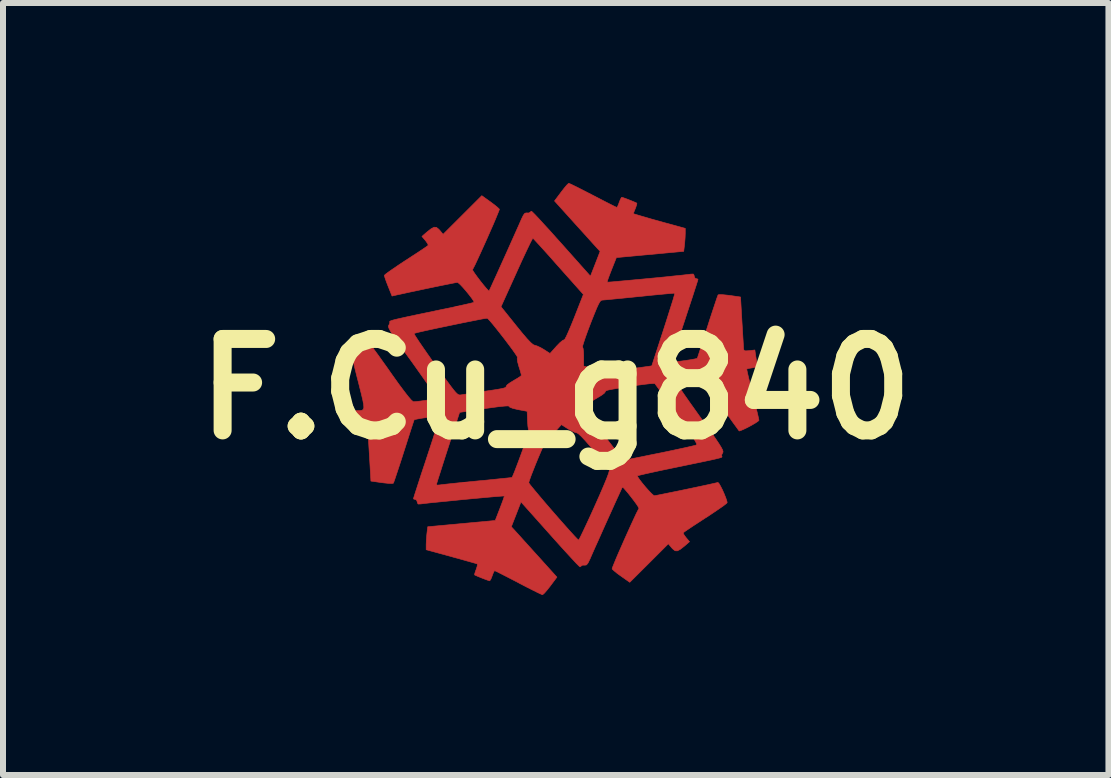
<source format=kicad_pcb>
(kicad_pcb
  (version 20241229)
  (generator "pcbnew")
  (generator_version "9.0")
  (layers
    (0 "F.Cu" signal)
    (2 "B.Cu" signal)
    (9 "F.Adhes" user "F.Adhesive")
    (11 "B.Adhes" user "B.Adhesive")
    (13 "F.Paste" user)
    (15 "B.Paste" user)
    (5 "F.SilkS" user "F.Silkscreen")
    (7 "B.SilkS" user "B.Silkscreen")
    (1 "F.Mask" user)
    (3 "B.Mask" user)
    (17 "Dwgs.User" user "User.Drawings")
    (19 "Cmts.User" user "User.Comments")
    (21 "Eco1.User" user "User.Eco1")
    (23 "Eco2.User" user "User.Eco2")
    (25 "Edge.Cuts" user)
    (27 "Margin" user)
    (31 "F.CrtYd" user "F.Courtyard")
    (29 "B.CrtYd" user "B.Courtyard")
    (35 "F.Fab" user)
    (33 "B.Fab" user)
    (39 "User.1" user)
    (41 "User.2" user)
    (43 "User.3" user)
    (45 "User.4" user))
  (footprint "F.Cu_g840"
    (layer "F.Cu")
    (at 6.212 3.434)
    (property "Reference" "F.Cu_g840" (at 0 0 0) (layer "F.SilkS") (effects (font (size 1.524 1.524) (thickness 0.3))))
    (attr through_hole)
    (fp_poly (pts (xy 0.24 -3.42) (xy 0.295 -3.394) (xy 0.376 -3.354) (xy 0.476 -3.303) (xy 0.591 -3.244) (xy 0.622 -3.228) (xy 0.738 -3.168) (xy 0.842 -3.114) (xy 0.927 -3.071) (xy 0.987 -3.041) (xy 1.018 -3.028) (xy 1.02 -3.027) (xy 1.032 -3.045) (xy 1.051 -3.09) (xy 1.058 -3.111) (xy 1.079 -3.164) (xy 1.097 -3.193) (xy 1.101 -3.196) (xy 1.126 -3.189) (xy 1.176 -3.171) (xy 1.238 -3.147) (xy 1.297 -3.123) (xy 1.34 -3.104) (xy 1.352 -3.098) (xy 1.35 -3.077) (xy 1.335 -3.03) (xy 1.326 -3.007) (xy 1.292 -2.923) (xy 1.425 -2.883) (xy 1.495 -2.863) (xy 1.593 -2.834) (xy 1.709 -2.802) (xy 1.83 -2.768) (xy 1.858 -2.761) (xy 2.159 -2.678) (xy 2.159 -2.593) (xy 2.156 -2.518) (xy 2.149 -2.431) (xy 2.146 -2.402) (xy 2.133 -2.295) (xy 1.572 -2.243) (xy 1.011 -2.191) (xy 0.931 -1.99) (xy 0.898 -1.905) (xy 0.873 -1.837) (xy 0.859 -1.793) (xy 0.857 -1.782) (xy 0.879 -1.782) (xy 0.937 -1.786) (xy 1.024 -1.794) (xy 1.136 -1.804) (xy 1.266 -1.816) (xy 1.408 -1.829) (xy 1.556 -1.843) (xy 1.704 -1.857) (xy 1.846 -1.871) (xy 1.976 -1.885) (xy 2.088 -1.896) (xy 2.176 -1.906) (xy 2.234 -1.913) (xy 2.249 -1.915) (xy 2.292 -1.917) (xy 2.306 -1.897) (xy 2.307 -1.883) (xy 2.321 -1.849) (xy 2.339 -1.841) (xy 2.367 -1.833) (xy 2.371 -1.826) (xy 2.364 -1.802) (xy 2.346 -1.744) (xy 2.317 -1.655) (xy 2.28 -1.54) (xy 2.235 -1.404) (xy 2.185 -1.252) (xy 2.147 -1.136) (xy 2.094 -0.976) (xy 2.046 -0.828) (xy 2.004 -0.699) (xy 1.971 -0.592) (xy 1.947 -0.512) (xy 1.935 -0.464) (xy 1.933 -0.452) (xy 1.956 -0.451) (xy 2.01 -0.456) (xy 2.083 -0.465) (xy 2.165 -0.476) (xy 2.244 -0.488) (xy 2.31 -0.5) (xy 2.351 -0.509) (xy 2.359 -0.513) (xy 2.367 -0.534) (xy 2.385 -0.589) (xy 2.413 -0.675) (xy 2.448 -0.784) (xy 2.489 -0.913) (xy 2.529 -1.037) (xy 2.574 -1.178) (xy 2.616 -1.306) (xy 2.652 -1.414) (xy 2.68 -1.498) (xy 2.699 -1.552) (xy 2.707 -1.57) (xy 2.733 -1.574) (xy 2.789 -1.572) (xy 2.867 -1.564) (xy 2.9 -1.56) (xy 3.08 -1.534) (xy 3.104 -1.121) (xy 3.112 -0.991) (xy 3.119 -0.874) (xy 3.125 -0.777) (xy 3.129 -0.706) (xy 3.131 -0.67) (xy 3.131 -0.669) (xy 3.138 -0.645) (xy 3.163 -0.636) (xy 3.217 -0.639) (xy 3.226 -0.64) (xy 3.319 -0.651) (xy 3.333 -0.553) (xy 3.344 -0.483) (xy 3.355 -0.425) (xy 3.358 -0.41) (xy 3.359 -0.381) (xy 3.338 -0.365) (xy 3.285 -0.355) (xy 3.281 -0.354) (xy 3.224 -0.345) (xy 3.189 -0.336) (xy 3.184 -0.334) (xy 3.187 -0.312) (xy 3.199 -0.255) (xy 3.219 -0.17) (xy 3.245 -0.063) (xy 3.275 0.06) (xy 3.281 0.083) (xy 3.314 0.21) (xy 3.342 0.324) (xy 3.365 0.418) (xy 3.38 0.485) (xy 3.387 0.52) (xy 3.387 0.522) (xy 3.369 0.539) (xy 3.324 0.569) (xy 3.262 0.605) (xy 3.193 0.642) (xy 3.128 0.673) (xy 3.078 0.694) (xy 3.058 0.699) (xy 3.045 0.682) (xy 3.011 0.635) (xy 2.958 0.563) (xy 2.892 0.47) (xy 2.813 0.36) (xy 2.731 0.243) (xy 2.62 0.088) (xy 2.53 -0.034) (xy 2.461 -0.123) (xy 2.411 -0.18) (xy 2.379 -0.208) (xy 2.37 -0.212) (xy 2.321 -0.208) (xy 2.251 -0.2) (xy 2.171 -0.189) (xy 2.093 -0.176) (xy 2.029 -0.163) (xy 1.991 -0.153) (xy 1.986 -0.151) (xy 1.995 -0.131) (xy 2.026 -0.081) (xy 2.076 -0.005) (xy 2.143 0.093) (xy 2.224 0.209) (xy 2.316 0.338) (xy 2.392 0.445) (xy 2.507 0.604) (xy 2.599 0.733) (xy 2.67 0.835) (xy 2.722 0.913) (xy 2.758 0.971) (xy 2.779 1.011) (xy 2.788 1.038) (xy 2.787 1.054) (xy 2.785 1.058) (xy 2.766 1.096) (xy 2.767 1.116) (xy 2.77 1.123) (xy 2.772 1.129) (xy 2.768 1.135) (xy 2.756 1.141) (xy 2.73 1.149) (xy 2.687 1.16) (xy 2.623 1.175) (xy 2.534 1.194) (xy 2.416 1.219) (xy 2.266 1.25) (xy 2.079 1.289) (xy 2.025 1.3) (xy 1.865 1.333) (xy 1.718 1.364) (xy 1.59 1.392) (xy 1.486 1.415) (xy 1.41 1.433) (xy 1.369 1.443) (xy 1.362 1.446) (xy 1.369 1.467) (xy 1.398 1.51) (xy 1.442 1.567) (xy 1.494 1.63) (xy 1.548 1.691) (xy 1.596 1.741) (xy 1.631 1.772) (xy 1.644 1.778) (xy 1.67 1.774) (xy 1.732 1.762) (xy 1.82 1.744) (xy 1.929 1.722) (xy 2.052 1.697) (xy 2.181 1.67) (xy 2.31 1.643) (xy 2.432 1.617) (xy 2.539 1.594) (xy 2.624 1.575) (xy 2.682 1.562) (xy 2.702 1.556) (xy 2.719 1.571) (xy 2.745 1.615) (xy 2.777 1.677) (xy 2.808 1.747) (xy 2.835 1.815) (xy 2.853 1.869) (xy 2.857 1.894) (xy 2.839 1.912) (xy 2.792 1.948) (xy 2.719 1.999) (xy 2.626 2.062) (xy 2.52 2.133) (xy 2.495 2.148) (xy 2.385 2.22) (xy 2.288 2.283) (xy 2.209 2.336) (xy 2.153 2.374) (xy 2.127 2.394) (xy 2.125 2.395) (xy 2.132 2.419) (xy 2.16 2.46) (xy 2.173 2.477) (xy 2.23 2.544) (xy 2.147 2.616) (xy 2.077 2.671) (xy 2.028 2.697) (xy 1.989 2.695) (xy 1.951 2.665) (xy 1.933 2.646) (xy 1.877 2.579) (xy 1.556 2.9) (xy 1.234 3.221) (xy 1.092 3.121) (xy 1.024 3.072) (xy 0.972 3.029) (xy 0.942 3.001) (xy 0.94 2.997) (xy 0.946 2.974) (xy 0.968 2.919) (xy 1.001 2.838) (xy 1.044 2.737) (xy 1.094 2.624) (xy 1.147 2.503) (xy 1.202 2.381) (xy 1.254 2.266) (xy 1.302 2.162) (xy 1.342 2.076) (xy 1.373 2.015) (xy 1.387 1.989) (xy 1.378 1.968) (xy 1.35 1.924) (xy 1.307 1.865) (xy 1.257 1.8) (xy 1.206 1.735) (xy 1.16 1.681) (xy 1.127 1.644) (xy 1.111 1.634) (xy 1.101 1.654) (xy 1.077 1.707) (xy 1.04 1.788) (xy 0.993 1.89) (xy 0.94 2.008) (xy 0.882 2.136) (xy 0.822 2.269) (xy 0.763 2.401) (xy 0.707 2.527) (xy 0.656 2.639) (xy 0.614 2.734) (xy 0.583 2.805) (xy 0.571 2.833) (xy 0.539 2.898) (xy 0.514 2.93) (xy 0.487 2.936) (xy 0.484 2.935) (xy 0.446 2.935) (xy 0.433 2.944) (xy 0.407 2.963) (xy 0.404 2.963) (xy 0.386 2.948) (xy 0.343 2.905) (xy 0.28 2.837) (xy 0.198 2.748) (xy 0.102 2.643) (xy -0.006 2.523) (xy -0.096 2.422) (xy -0.579 1.881) (xy -0.659 2.088) (xy -0.74 2.295) (xy -0.69 2.349) (xy -0.662 2.38) (xy -0.61 2.437) (xy -0.54 2.515) (xy -0.455 2.609) (xy -0.361 2.713) (xy -0.31 2.769) (xy 0.02 3.135) (xy -0.09 3.282) (xy -0.142 3.348) (xy -0.186 3.399) (xy -0.216 3.426) (xy -0.222 3.428) (xy -0.246 3.418) (xy -0.302 3.392) (xy -0.384 3.351) (xy -0.485 3.3) (xy -0.599 3.241) (xy -0.624 3.227) (xy -0.74 3.167) (xy -0.843 3.114) (xy -0.927 3.071) (xy -0.987 3.041) (xy -1.016 3.028) (xy -1.018 3.027) (xy -1.032 3.045) (xy -1.051 3.09) (xy -1.058 3.111) (xy -1.079 3.164) (xy -1.097 3.193) (xy -1.101 3.196) (xy -1.126 3.189) (xy -1.176 3.171) (xy -1.238 3.147) (xy -1.297 3.123) (xy -1.34 3.104) (xy -1.352 3.098) (xy -1.35 3.077) (xy -1.335 3.03) (xy -1.326 3.007) (xy -1.309 2.954) (xy -1.305 2.92) (xy -1.308 2.915) (xy -1.332 2.907) (xy -1.39 2.89) (xy -1.477 2.866) (xy -1.586 2.835) (xy -1.71 2.801) (xy -1.741 2.792) (xy -2.159 2.678) (xy -2.159 2.593) (xy -2.156 2.518) (xy -2.149 2.431) (xy -2.146 2.402) (xy -2.133 2.295) (xy -1.57 2.243) (xy -1.008 2.191) (xy -0.93 1.99) (xy -0.898 1.905) (xy -0.873 1.837) (xy -0.859 1.793) (xy -0.857 1.782) (xy -0.879 1.783) (xy -0.936 1.787) (xy -1.024 1.794) (xy -1.135 1.804) (xy -1.265 1.816) (xy -1.407 1.829) (xy -1.555 1.843) (xy -1.703 1.858) (xy -1.845 1.872) (xy -1.975 1.885) (xy -2.087 1.896) (xy -2.175 1.906) (xy -2.233 1.913) (xy -2.249 1.915) (xy -2.292 1.917) (xy -2.306 1.897) (xy -2.307 1.883) (xy -2.321 1.849) (xy -2.339 1.841) (xy -2.367 1.833) (xy -2.371 1.826) (xy -2.364 1.803) (xy -2.346 1.744) (xy -2.317 1.655) (xy -2.298 1.596) (xy -1.99 1.596) (xy -1.972 1.601) (xy -1.931 1.598) (xy -1.895 1.593) (xy -1.823 1.585) (xy -1.721 1.574) (xy -1.596 1.561) (xy -1.578 1.56) (xy -0.45 1.56) (xy -0.438 1.58) (xy -0.401 1.627) (xy -0.345 1.695) (xy -0.273 1.781) (xy -0.19 1.879) (xy -0.1 1.984) (xy -0.006 2.092) (xy 0.086 2.197) (xy 0.173 2.295) (xy 0.25 2.381) (xy 0.313 2.45) (xy 0.358 2.497) (xy 0.381 2.517) (xy 0.382 2.518) (xy 0.393 2.5) (xy 0.42 2.447) (xy 0.459 2.366) (xy 0.509 2.26) (xy 0.567 2.135) (xy 0.631 1.994) (xy 0.653 1.945) (xy 0.734 1.763) (xy 0.799 1.612) (xy 0.848 1.494) (xy 0.88 1.409) (xy 0.894 1.359) (xy 0.893 1.347) (xy 0.779 1.202) (xy 0.673 1.07) (xy 0.576 0.955) (xy 0.492 0.859) (xy 0.425 0.788) (xy 0.376 0.744) (xy 0.353 0.731) (xy 0.31 0.718) (xy 0.249 0.689) (xy 0.201 0.661) (xy 0.095 0.593) (xy -0.014 0.715) (xy -0.067 0.77) (xy -0.111 0.807) (xy -0.137 0.82) (xy -0.14 0.819) (xy -0.151 0.834) (xy -0.175 0.881) (xy -0.208 0.953) (xy -0.247 1.042) (xy -0.29 1.143) (xy -0.333 1.247) (xy -0.373 1.348) (xy -0.408 1.437) (xy -0.434 1.509) (xy -0.449 1.556) (xy -0.45 1.56) (xy -1.578 1.56) (xy -1.453 1.547) (xy -1.302 1.532) (xy -1.151 1.518) (xy -1.016 1.504) (xy -0.9 1.492) (xy -0.81 1.483) (xy -0.751 1.477) (xy -0.729 1.474) (xy -0.728 1.474) (xy -0.713 1.441) (xy -0.687 1.379) (xy -0.655 1.295) (xy -0.617 1.195) (xy -0.578 1.089) (xy -0.539 0.982) (xy -0.504 0.882) (xy -0.475 0.797) (xy -0.455 0.735) (xy -0.447 0.701) (xy -0.447 0.698) (xy -0.456 0.673) (xy -0.464 0.617) (xy -0.469 0.541) (xy -0.47 0.529) (xy -0.476 0.371) (xy -0.631 0.342) (xy -0.715 0.322) (xy -0.765 0.303) (xy -0.776 0.288) (xy -0.793 0.281) (xy -0.851 0.284) (xy -0.951 0.294) (xy -1.092 0.313) (xy -1.185 0.326) (xy -1.602 0.389) (xy -1.796 0.986) (xy -1.845 1.137) (xy -1.889 1.275) (xy -1.927 1.395) (xy -1.958 1.491) (xy -1.979 1.559) (xy -1.989 1.593) (xy -1.99 1.596) (xy -2.298 1.596) (xy -2.28 1.54) (xy -2.236 1.404) (xy -2.185 1.252) (xy -2.147 1.136) (xy -2.094 0.975) (xy -2.046 0.828) (xy -2.005 0.698) (xy -1.972 0.591) (xy -1.948 0.511) (xy -1.935 0.463) (xy -1.934 0.451) (xy -1.956 0.451) (xy -2.01 0.456) (xy -2.083 0.465) (xy -2.165 0.476) (xy -2.244 0.488) (xy -2.31 0.5) (xy -2.351 0.509) (xy -2.359 0.513) (xy -2.367 0.534) (xy -2.385 0.589) (xy -2.413 0.675) (xy -2.448 0.784) (xy -2.489 0.913) (xy -2.529 1.037) (xy -2.574 1.178) (xy -2.616 1.306) (xy -2.652 1.414) (xy -2.68 1.498) (xy -2.699 1.552) (xy -2.707 1.57) (xy -2.733 1.574) (xy -2.789 1.572) (xy -2.867 1.564) (xy -2.9 1.56) (xy -3.08 1.534) (xy -3.104 1.121) (xy -3.112 0.991) (xy -3.119 0.874) (xy -3.125 0.777) (xy -3.129 0.706) (xy -3.131 0.67) (xy -3.131 0.669) (xy -3.138 0.645) (xy -3.163 0.636) (xy -3.217 0.639) (xy -3.226 0.64) (xy -3.319 0.651) (xy -3.333 0.553) (xy -3.344 0.482) (xy -3.355 0.422) (xy -3.359 0.407) (xy -3.361 0.375) (xy -3.341 0.362) (xy -3.299 0.36) (xy -3.256 0.359) (xy -3.225 0.353) (xy -3.206 0.336) (xy -3.198 0.305) (xy -3.202 0.254) (xy -3.207 0.228) (xy 0.572 0.228) (xy 0.578 0.255) (xy 0.593 0.31) (xy 0.615 0.379) (xy 0.634 0.452) (xy 0.642 0.505) (xy 0.638 0.528) (xy 0.645 0.546) (xy 0.675 0.591) (xy 0.722 0.657) (xy 0.781 0.737) (xy 0.848 0.826) (xy 0.917 0.916) (xy 0.985 1.003) (xy 1.047 1.079) (xy 1.097 1.139) (xy 1.131 1.176) (xy 1.143 1.185) (xy 1.166 1.181) (xy 1.224 1.17) (xy 1.314 1.152) (xy 1.429 1.129) (xy 1.564 1.101) (xy 1.714 1.071) (xy 1.74 1.066) (xy 1.893 1.034) (xy 2.033 1.004) (xy 2.154 0.978) (xy 2.251 0.956) (xy 2.318 0.94) (xy 2.35 0.931) (xy 2.351 0.93) (xy 2.347 0.908) (xy 2.317 0.853) (xy 2.262 0.766) (xy 2.181 0.646) (xy 2.075 0.495) (xy 2.021 0.42) (xy 1.93 0.293) (xy 1.846 0.177) (xy 1.773 0.076) (xy 1.715 -0.005) (xy 1.674 -0.061) (xy 1.654 -0.089) (xy 1.652 -0.09) (xy 1.627 -0.093) (xy 1.568 -0.089) (xy 1.482 -0.079) (xy 1.375 -0.065) (xy 1.29 -0.053) (xy 1.139 -0.03) (xy 1.025 -0.011) (xy 0.943 0.003) (xy 0.887 0.014) (xy 0.852 0.023) (xy 0.834 0.032) (xy 0.826 0.041) (xy 0.825 0.049) (xy 0.808 0.071) (xy 0.762 0.105) (xy 0.699 0.143) (xy 0.698 0.144) (xy 0.635 0.181) (xy 0.589 0.211) (xy 0.572 0.228) (xy 0.572 0.228) (xy -3.207 0.228) (xy -3.217 0.177) (xy -3.243 0.069) (xy -3.279 -0.074) (xy -3.281 -0.083) (xy -3.314 -0.21) (xy -3.342 -0.323) (xy -3.365 -0.418) (xy -3.38 -0.485) (xy -3.387 -0.52) (xy -3.387 -0.522) (xy -3.369 -0.539) (xy -3.324 -0.569) (xy -3.262 -0.605) (xy -3.193 -0.642) (xy -3.128 -0.673) (xy -3.078 -0.694) (xy -3.058 -0.699) (xy -3.044 -0.682) (xy -3.01 -0.635) (xy -2.957 -0.563) (xy -2.891 -0.47) (xy -2.812 -0.36) (xy -2.73 -0.243) (xy -2.618 -0.086) (xy -2.527 0.036) (xy -2.457 0.126) (xy -2.408 0.183) (xy -2.377 0.209) (xy -2.369 0.212) (xy -2.321 0.208) (xy -2.251 0.2) (xy -2.171 0.189) (xy -2.093 0.176) (xy -2.029 0.163) (xy -1.991 0.153) (xy -1.986 0.151) (xy -1.995 0.131) (xy -2.026 0.081) (xy -2.076 0.006) (xy -2.143 -0.092) (xy -2.224 -0.208) (xy -2.316 -0.338) (xy -2.392 -0.445) (xy -2.507 -0.604) (xy -2.599 -0.733) (xy -2.67 -0.835) (xy -2.722 -0.913) (xy -2.73 -0.926) (xy -2.362 -0.926) (xy -2.353 -0.906) (xy -2.322 -0.857) (xy -2.273 -0.782) (xy -2.207 -0.686) (xy -2.128 -0.572) (xy -2.039 -0.446) (xy -2.007 -0.403) (xy -1.903 -0.257) (xy -1.819 -0.142) (xy -1.754 -0.054) (xy -1.705 0.01) (xy -1.668 0.054) (xy -1.64 0.081) (xy -1.618 0.095) (xy -1.6 0.099) (xy -1.581 0.098) (xy -1.577 0.097) (xy -1.533 0.09) (xy -1.457 0.078) (xy -1.359 0.063) (xy -1.247 0.047) (xy -1.217 0.042) (xy -1.08 0.022) (xy -0.979 0.007) (xy -0.909 -0.006) (xy -0.865 -0.016) (xy -0.839 -0.025) (xy -0.828 -0.035) (xy -0.825 -0.046) (xy -0.825 -0.048) (xy -0.808 -0.071) (xy -0.762 -0.105) (xy -0.699 -0.143) (xy -0.698 -0.144) (xy -0.635 -0.181) (xy -0.589 -0.211) (xy -0.572 -0.228) (xy -0.572 -0.228) (xy -0.578 -0.255) (xy -0.593 -0.31) (xy -0.615 -0.379) (xy -0.635 -0.453) (xy -0.642 -0.506) (xy -0.638 -0.528) (xy -0.645 -0.546) (xy -0.675 -0.591) (xy -0.721 -0.657) (xy -0.781 -0.737) (xy -0.847 -0.825) (xy -0.917 -0.915) (xy -0.985 -1.001) (xy -1.046 -1.077) (xy -1.096 -1.136) (xy -1.13 -1.172) (xy -1.141 -1.18) (xy -1.165 -1.178) (xy -1.225 -1.168) (xy -1.312 -1.151) (xy -1.423 -1.129) (xy -1.549 -1.104) (xy -1.684 -1.076) (xy -1.823 -1.047) (xy -1.958 -1.019) (xy -2.083 -0.992) (xy -2.193 -0.968) (xy -2.28 -0.948) (xy -2.339 -0.933) (xy -2.362 -0.926) (xy -2.362 -0.926) (xy -2.73 -0.926) (xy -2.758 -0.971) (xy -2.779 -1.011) (xy -2.788 -1.038) (xy -2.787 -1.054) (xy -2.785 -1.058) (xy -2.766 -1.096) (xy -2.766 -1.115) (xy -2.768 -1.122) (xy -2.765 -1.128) (xy -2.754 -1.135) (xy -2.73 -1.144) (xy -2.692 -1.155) (xy -2.633 -1.169) (xy -2.552 -1.187) (xy -2.445 -1.211) (xy -2.307 -1.24) (xy -2.134 -1.276) (xy -1.925 -1.32) (xy -1.92 -1.321) (xy -1.773 -1.351) (xy -1.676 -1.372) (xy -0.912 -1.372) (xy -0.656 -1.053) (xy -0.555 -0.929) (xy -0.477 -0.838) (xy -0.418 -0.776) (xy -0.377 -0.741) (xy -0.354 -0.731) (xy -0.311 -0.718) (xy -0.249 -0.689) (xy -0.201 -0.661) (xy -0.095 -0.593) (xy -0.000064 -0.699) (xy 0.446 -0.699) (xy 0.447 -0.699) (xy 0.456 -0.679) (xy 0.463 -0.628) (xy 0.466 -0.555) (xy 0.466 -0.541) (xy 0.466 -0.383) (xy 0.545 -0.362) (xy 0.624 -0.343) (xy 0.704 -0.327) (xy 0.705 -0.327) (xy 0.759 -0.311) (xy 0.777 -0.29) (xy 0.776 -0.287) (xy 0.783 -0.277) (xy 0.818 -0.275) (xy 0.885 -0.281) (xy 0.989 -0.296) (xy 1.013 -0.3) (xy 1.132 -0.318) (xy 1.257 -0.337) (xy 1.37 -0.354) (xy 1.43 -0.362) (xy 1.601 -0.386) (xy 1.797 -0.989) (xy 1.846 -1.141) (xy 1.889 -1.278) (xy 1.927 -1.398) (xy 1.957 -1.493) (xy 1.976 -1.561) (xy 1.985 -1.594) (xy 1.986 -1.597) (xy 1.964 -1.597) (xy 1.905 -1.592) (xy 1.815 -1.584) (xy 1.7 -1.573) (xy 1.564 -1.56) (xy 1.413 -1.544) (xy 1.397 -1.543) (xy 1.243 -1.527) (xy 1.101 -1.513) (xy 0.977 -1.501) (xy 0.877 -1.491) (xy 0.807 -1.485) (xy 0.773 -1.482) (xy 0.773 -1.482) (xy 0.755 -1.476) (xy 0.736 -1.455) (xy 0.713 -1.414) (xy 0.683 -1.349) (xy 0.644 -1.254) (xy 0.593 -1.126) (xy 0.579 -1.09) (xy 0.534 -0.971) (xy 0.496 -0.866) (xy 0.468 -0.782) (xy 0.45 -0.724) (xy 0.446 -0.699) (xy -0.000064 -0.699) (xy 0.014 -0.715) (xy 0.067 -0.77) (xy 0.111 -0.807) (xy 0.137 -0.82) (xy 0.14 -0.819) (xy 0.153 -0.833) (xy 0.178 -0.88) (xy 0.212 -0.956) (xy 0.254 -1.054) (xy 0.301 -1.17) (xy 0.309 -1.19) (xy 0.461 -1.577) (xy 0.414 -1.63) (xy 0.387 -1.66) (xy 0.337 -1.716) (xy 0.267 -1.795) (xy 0.182 -1.89) (xy 0.086 -1.998) (xy -0.000427 -2.095) (xy -0.099 -2.207) (xy -0.189 -2.307) (xy -0.266 -2.392) (xy -0.326 -2.457) (xy -0.366 -2.5) (xy -0.381 -2.514) (xy -0.392 -2.497) (xy -0.419 -2.446) (xy -0.458 -2.365) (xy -0.508 -2.26) (xy -0.566 -2.136) (xy -0.63 -1.995) (xy -0.652 -1.946) (xy -0.912 -1.372) (xy -1.676 -1.372) (xy -1.641 -1.38) (xy -1.528 -1.405) (xy -1.44 -1.425) (xy -1.383 -1.439) (xy -1.362 -1.446) (xy -1.368 -1.467) (xy -1.397 -1.51) (xy -1.441 -1.568) (xy -1.492 -1.631) (xy -1.545 -1.692) (xy -1.592 -1.742) (xy -1.627 -1.772) (xy -1.638 -1.778) (xy -1.664 -1.774) (xy -1.725 -1.762) (xy -1.815 -1.744) (xy -1.925 -1.722) (xy -2.05 -1.696) (xy -2.184 -1.668) (xy -2.319 -1.639) (xy -2.448 -1.612) (xy -2.566 -1.586) (xy -2.65 -1.568) (xy -2.728 -1.55) (xy -2.793 -1.712) (xy -2.823 -1.789) (xy -2.845 -1.852) (xy -2.856 -1.89) (xy -2.857 -1.894) (xy -2.839 -1.912) (xy -2.791 -1.948) (xy -2.718 -1.999) (xy -2.626 -2.062) (xy -2.519 -2.133) (xy -2.495 -2.148) (xy -2.385 -2.22) (xy -2.288 -2.283) (xy -2.209 -2.336) (xy -2.153 -2.374) (xy -2.127 -2.394) (xy -2.125 -2.395) (xy -2.132 -2.419) (xy -2.16 -2.46) (xy -2.173 -2.477) (xy -2.23 -2.544) (xy -2.147 -2.616) (xy -2.077 -2.671) (xy -2.028 -2.697) (xy -1.989 -2.695) (xy -1.951 -2.665) (xy -1.933 -2.646) (xy -1.877 -2.579) (xy -1.232 -3.223) (xy -1.091 -3.122) (xy -1.024 -3.072) (xy -0.971 -3.029) (xy -0.942 -3.001) (xy -0.939 -2.996) (xy -0.946 -2.973) (xy -0.968 -2.919) (xy -1.001 -2.838) (xy -1.044 -2.737) (xy -1.094 -2.624) (xy -1.147 -2.503) (xy -1.202 -2.381) (xy -1.254 -2.266) (xy -1.302 -2.162) (xy -1.342 -2.076) (xy -1.373 -2.015) (xy -1.387 -1.989) (xy -1.378 -1.969) (xy -1.349 -1.925) (xy -1.306 -1.866) (xy -1.256 -1.8) (xy -1.205 -1.736) (xy -1.159 -1.681) (xy -1.126 -1.645) (xy -1.111 -1.634) (xy -1.101 -1.655) (xy -1.076 -1.708) (xy -1.04 -1.788) (xy -0.993 -1.89) (xy -0.94 -2.008) (xy -0.882 -2.136) (xy -0.822 -2.269) (xy -0.763 -2.401) (xy -0.707 -2.526) (xy -0.657 -2.638) (xy -0.615 -2.732) (xy -0.584 -2.803) (xy -0.571 -2.833) (xy -0.539 -2.898) (xy -0.514 -2.93) (xy -0.487 -2.936) (xy -0.484 -2.935) (xy -0.446 -2.935) (xy -0.433 -2.944) (xy -0.407 -2.963) (xy -0.403 -2.963) (xy -0.386 -2.948) (xy -0.343 -2.905) (xy -0.279 -2.837) (xy -0.198 -2.748) (xy -0.101 -2.643) (xy 0.006 -2.523) (xy 0.097 -2.422) (xy 0.579 -1.881) (xy 0.66 -2.088) (xy 0.74 -2.295) (xy 0.69 -2.349) (xy 0.662 -2.38) (xy 0.61 -2.437) (xy 0.54 -2.515) (xy 0.455 -2.609) (xy 0.361 -2.713) (xy 0.31 -2.769) (xy -0.02 -3.135) (xy 0.09 -3.282) (xy 0.141 -3.348) (xy 0.184 -3.399) (xy 0.212 -3.426) (xy 0.217 -3.429) (xy 0.24 -3.42)) (stroke (width 0.01) (type solid)) (fill yes) (layer "F.Cu")))
  (gr_rect
    (start -3 -3)
    (end 15.424 9.867)
    (stroke (width 0.1) (type default))
    (fill no)
    (layer "Edge.Cuts")))
</source>
